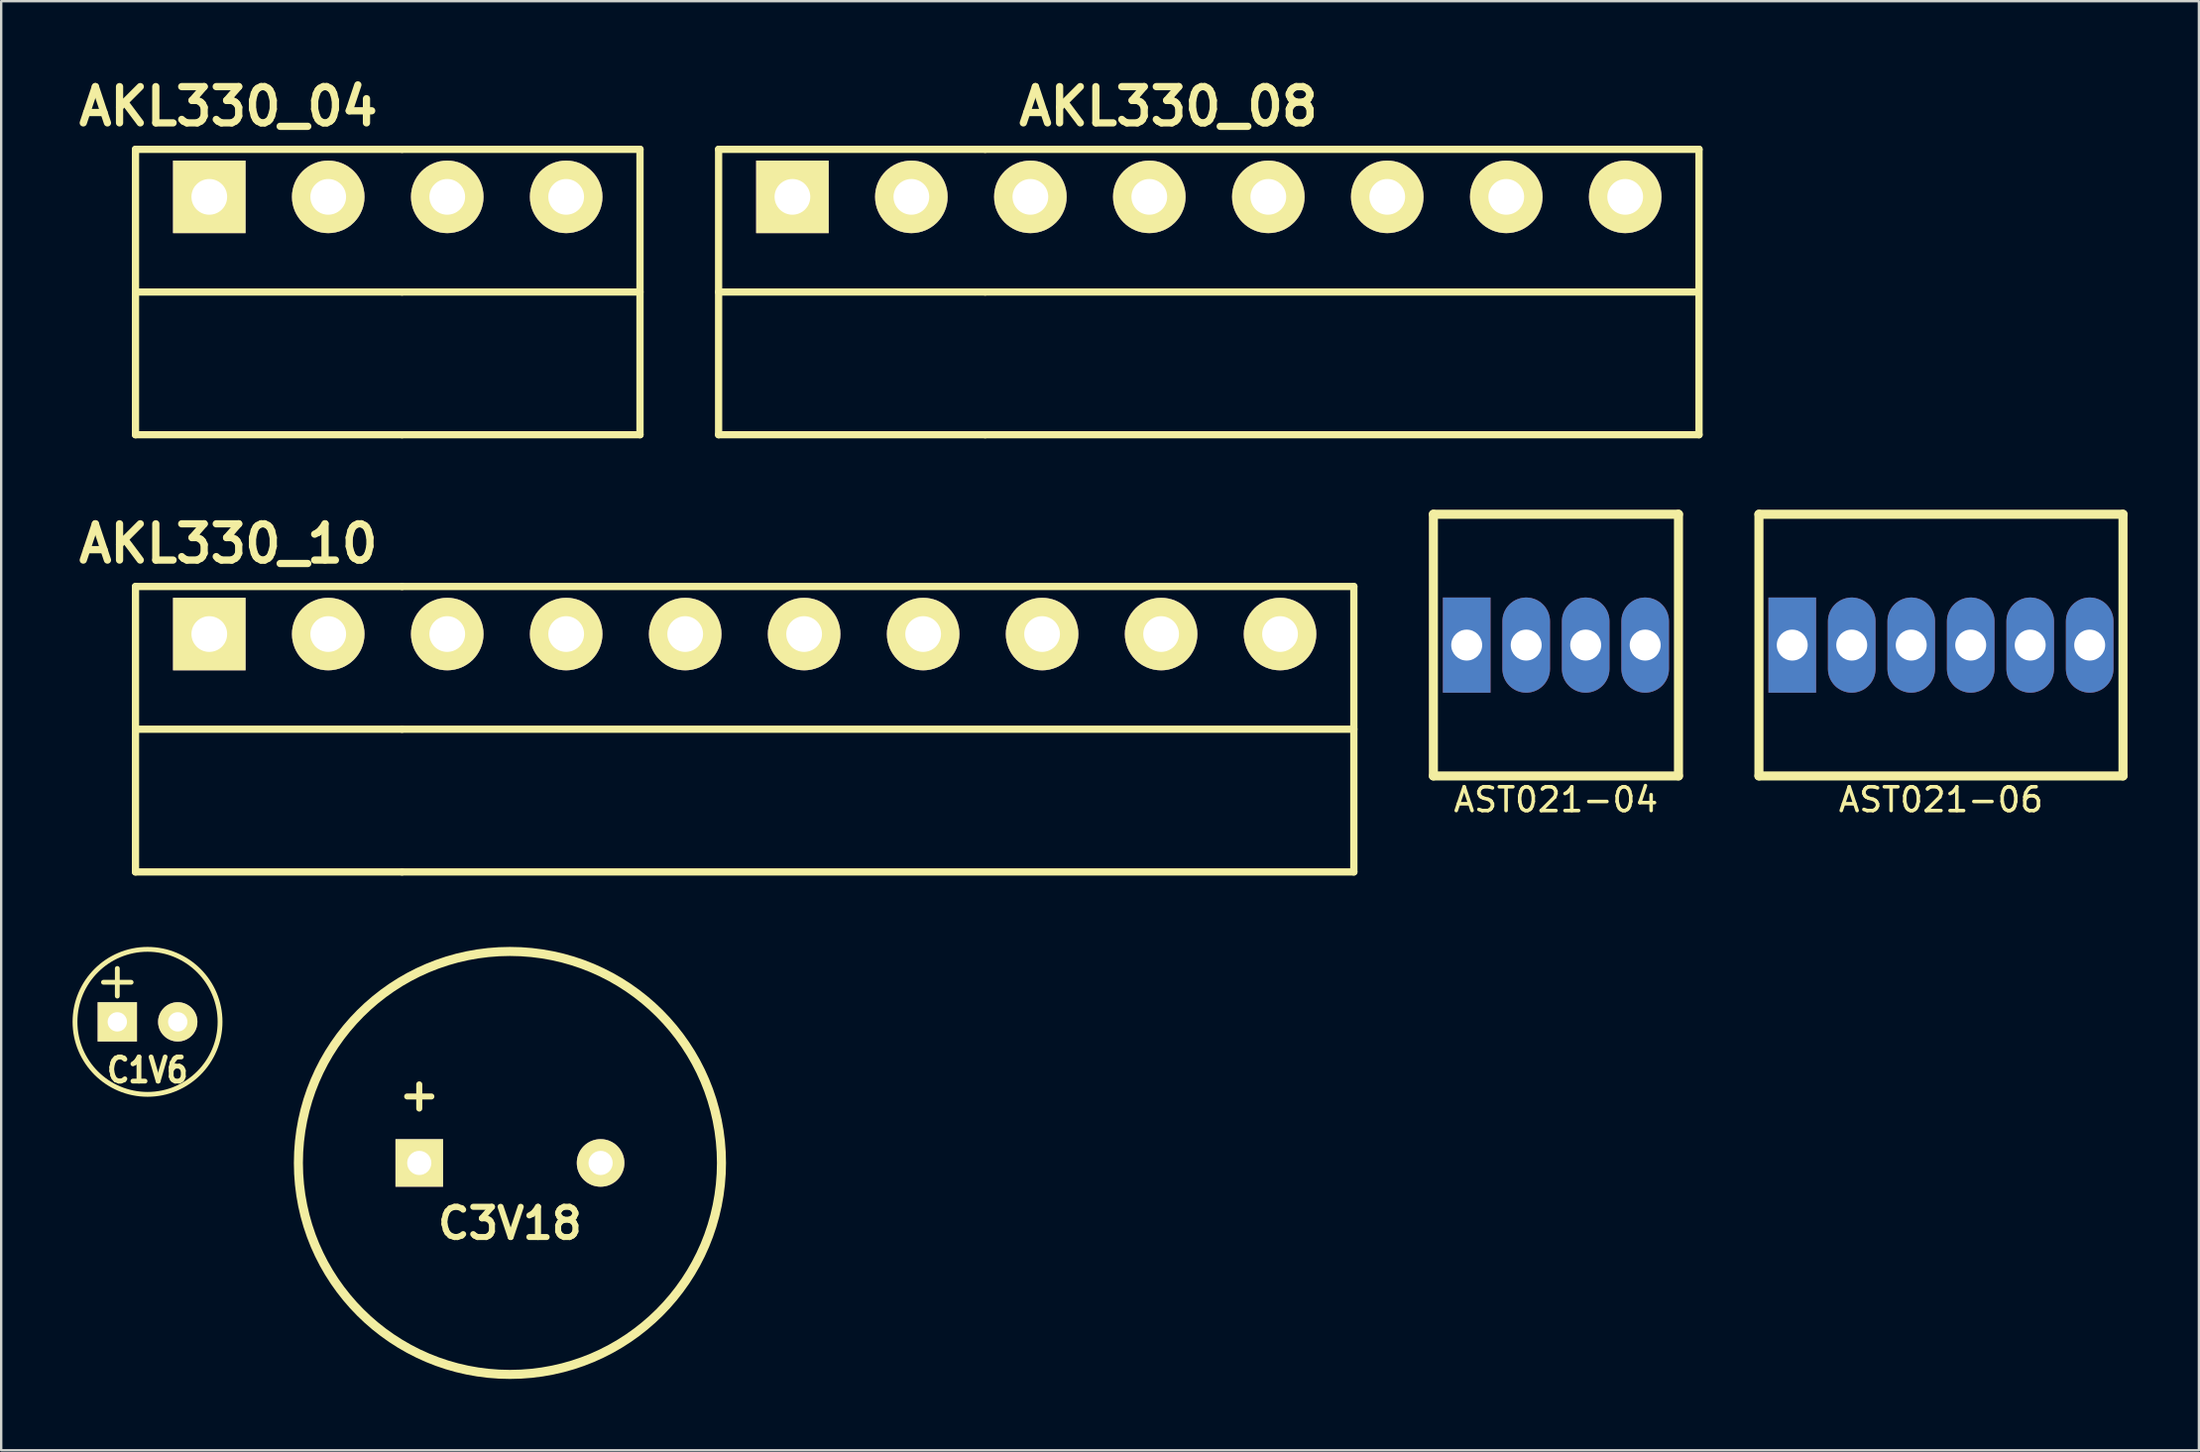
<source format=kicad_pcb>
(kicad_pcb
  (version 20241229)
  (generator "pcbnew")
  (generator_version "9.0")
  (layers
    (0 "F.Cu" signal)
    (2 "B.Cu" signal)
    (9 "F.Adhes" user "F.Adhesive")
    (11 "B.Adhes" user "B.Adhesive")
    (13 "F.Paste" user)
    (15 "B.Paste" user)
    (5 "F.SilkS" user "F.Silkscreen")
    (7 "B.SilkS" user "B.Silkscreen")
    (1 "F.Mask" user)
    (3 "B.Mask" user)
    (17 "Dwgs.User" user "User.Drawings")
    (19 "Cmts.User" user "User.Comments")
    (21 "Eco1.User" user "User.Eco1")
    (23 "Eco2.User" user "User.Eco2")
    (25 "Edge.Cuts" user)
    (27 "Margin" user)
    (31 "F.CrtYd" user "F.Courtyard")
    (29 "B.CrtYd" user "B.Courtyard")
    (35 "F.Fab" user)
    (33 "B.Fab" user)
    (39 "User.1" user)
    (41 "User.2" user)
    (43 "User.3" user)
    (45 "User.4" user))
  (footprint "AKL330_10"
    (layer "F.Cu")
    (at 8.245 23.605)
    (property "Reference" "AKL330_10" (at -1.699 -3.8 0) (layer "F.SilkS") (effects (font (size 1.524 1.524) (thickness 0.305))))
    (attr through_hole)
    (fp_line (start -5.601 -1.999) (end -5.601 10) (stroke (width 0.305) (type solid)) (layer "F.SilkS"))
    (fp_line (start -5.601 -1.999) (end 5.601 -1.999) (stroke (width 0.305) (type solid)) (layer "F.SilkS"))
    (fp_line (start -5.601 4) (end 5.601 4) (stroke (width 0.305) (type solid)) (layer "F.SilkS"))
    (fp_line (start 5.601 -1.999) (end 45.601 -1.999) (stroke (width 0.305) (type solid)) (layer "F.SilkS"))
    (fp_line (start 5.601 4) (end 45.601 4) (stroke (width 0.305) (type solid)) (layer "F.SilkS"))
    (fp_line (start 5.601 10) (end -5.601 10) (stroke (width 0.305) (type solid)) (layer "F.SilkS"))
    (fp_line (start 5.601 10) (end 45.601 10) (stroke (width 0.305) (type solid)) (layer "F.SilkS"))
    (fp_line (start 45.601 -1.999) (end 45.601 10) (stroke (width 0.305) (type solid)) (layer "F.SilkS"))
    (pad "1" thru_hole rect (at -2.499 0) (size 3.048 3.048) (drill 1.501) (layers "*.Cu" "*.Mask" "F.SilkS"))
    (pad "2" thru_hole circle (at 2.499 0) (size 3.048 3.048) (drill 1.501) (layers "*.Cu" "*.Mask" "F.SilkS"))
    (pad "3" thru_hole circle (at 7.501 0) (size 3.048 3.048) (drill 1.501) (layers "*.Cu" "*.Mask" "F.SilkS"))
    (pad "4" thru_hole circle (at 12.499 0) (size 3.048 3.048) (drill 1.501) (layers "*.Cu" "*.Mask" "F.SilkS"))
    (pad "5" thru_hole circle (at 17.501 0) (size 3.048 3.048) (drill 1.501) (layers "*.Cu" "*.Mask" "F.SilkS"))
    (pad "6" thru_hole circle (at 22.499 0) (size 3.048 3.048) (drill 1.501) (layers "*.Cu" "*.Mask" "F.SilkS"))
    (pad "7" thru_hole circle (at 27.501 0) (size 3.048 3.048) (drill 1.501) (layers "*.Cu" "*.Mask" "F.SilkS"))
    (pad "8" thru_hole circle (at 32.499 0) (size 3.048 3.048) (drill 1.501) (layers "*.Cu" "*.Mask" "F.SilkS"))
    (pad "9" thru_hole circle (at 37.501 0) (size 3.048 3.048) (drill 1.501) (layers "*.Cu" "*.Mask" "F.SilkS"))
    (pad "10" thru_hole circle (at 42.499 0) (size 3.048 3.048) (drill 1.501) (layers "*.Cu" "*.Mask" "F.SilkS")))
  (footprint "AKL330_08"
    (layer "F.Cu")
    (at 47.751 5.226)
    (property "Reference" "AKL330_08" (at -1.699 -3.8 0) (layer "F.SilkS") (effects (font (size 1.524 1.524) (thickness 0.305))))
    (attr through_hole)
    (fp_line (start -20.601 -1.999) (end -20.601 10) (stroke (width 0.305) (type solid)) (layer "F.SilkS"))
    (fp_line (start -20.601 -1.999) (end -9.399 -1.999) (stroke (width 0.305) (type solid)) (layer "F.SilkS"))
    (fp_line (start -20.601 4) (end -9.399 4) (stroke (width 0.305) (type solid)) (layer "F.SilkS"))
    (fp_line (start -9.399 -1.999) (end 20.601 -1.999) (stroke (width 0.305) (type solid)) (layer "F.SilkS"))
    (fp_line (start -9.399 4) (end 20.499 4) (stroke (width 0.305) (type solid)) (layer "F.SilkS"))
    (fp_line (start -9.399 10) (end -20.601 10) (stroke (width 0.305) (type solid)) (layer "F.SilkS"))
    (fp_line (start -9.399 10) (end 20.601 10) (stroke (width 0.305) (type solid)) (layer "F.SilkS"))
    (fp_line (start 20.601 -1.999) (end 20.601 10) (stroke (width 0.305) (type solid)) (layer "F.SilkS"))
    (pad "1" thru_hole rect (at -17.499 0) (size 3.048 3.048) (drill 1.501) (layers "*.Cu" "*.Mask" "F.SilkS"))
    (pad "2" thru_hole circle (at -12.501 0) (size 3.048 3.048) (drill 1.501) (layers "*.Cu" "*.Mask" "F.SilkS"))
    (pad "3" thru_hole circle (at -7.499 0) (size 3.048 3.048) (drill 1.501) (layers "*.Cu" "*.Mask" "F.SilkS"))
    (pad "4" thru_hole circle (at -2.501 0) (size 3.048 3.048) (drill 1.501) (layers "*.Cu" "*.Mask" "F.SilkS"))
    (pad "5" thru_hole circle (at 2.501 0) (size 3.048 3.048) (drill 1.501) (layers "*.Cu" "*.Mask" "F.SilkS"))
    (pad "6" thru_hole circle (at 7.499 0) (size 3.048 3.048) (drill 1.501) (layers "*.Cu" "*.Mask" "F.SilkS"))
    (pad "7" thru_hole circle (at 12.501 0) (size 3.048 3.048) (drill 1.501) (layers "*.Cu" "*.Mask" "F.SilkS"))
    (pad "8" thru_hole circle (at 17.499 0) (size 3.048 3.048) (drill 1.501) (layers "*.Cu" "*.Mask" "F.SilkS")))
  (footprint "AST021-04"
    (layer "F.Cu")
    (at 62.339 24.069)
    (property "Reference" "AST021-04" (at 0 6.5 0) (layer "F.SilkS") (effects (font (size 1 1) (thickness 0.15))))
    (attr through_hole)
    (fp_line (start -5.15 -5.5) (end 5.15 -5.5) (stroke (width 0.381) (type solid)) (layer "F.SilkS"))
    (fp_line (start -5.15 5.5) (end -5.15 -5.5) (stroke (width 0.381) (type solid)) (layer "F.SilkS"))
    (fp_line (start 5.15 -5.5) (end 5.15 5.5) (stroke (width 0.381) (type solid)) (layer "F.SilkS"))
    (fp_line (start 5.15 5.5) (end -5.15 5.5) (stroke (width 0.381) (type solid)) (layer "F.SilkS"))
    (pad "1" thru_hole rect (at -3.75 0) (size 2 4) (drill 1.3) (layers "*.Cu" "*.Mask"))
    (pad "2" thru_hole oval (at -1.25 0) (size 2 4) (drill 1.3) (layers "*.Cu" "*.Mask"))
    (pad "3" thru_hole oval (at 1.25 0) (size 2 4) (drill 1.3) (layers "*.Cu" "*.Mask"))
    (pad "4" thru_hole oval (at 3.75 0) (size 2 4) (drill 1.3) (layers "*.Cu" "*.Mask")))
  (footprint "C1V6"
    (layer "F.Cu")
    (at 3.15 39.907)
    (property "Reference" "C1V6" (at 0 2.032 0) (layer "F.SilkS") (effects (font (size 1.016 0.889) (thickness 0.203))))
    (attr through_hole)
    (fp_circle (center 0 0) (end 3.048 0) (stroke (width 0.203) (type solid)) (fill no) (layer "F.SilkS"))
    (fp_text user "+" (at -1.27 -1.778 0) (layer "F.SilkS") (effects (font (size 1.524 1.524) (thickness 0.203))))
    (pad "1" thru_hole rect (at -1.27 0) (size 1.651 1.651) (drill 0.813) (layers "*.Cu" "*.Mask" "F.SilkS"))
    (pad "2" thru_hole circle (at 1.27 0) (size 1.651 1.651) (drill 0.813) (layers "*.Cu" "*.Mask" "F.SilkS")))
  (footprint "C3V18"
    (layer "F.Cu")
    (at 18.38 45.838)
    (property "Reference" "C3V18" (at 0 2.54 0) (layer "F.SilkS") (effects (font (size 1.27 1.27) (thickness 0.254))))
    (attr through_hole)
    (fp_line (start -4.318 -2.794) (end -3.302 -2.794) (stroke (width 0.254) (type solid)) (layer "F.SilkS"))
    (fp_line (start -3.81 -2.286) (end -3.81 -3.302) (stroke (width 0.254) (type solid)) (layer "F.SilkS"))
    (fp_circle (center 0 0) (end 8.89 0) (stroke (width 0.381) (type solid)) (fill no) (layer "F.SilkS"))
    (pad "1" thru_hole rect (at -3.81 0) (size 1.999 1.999) (drill 1.016) (layers "*.Cu" "*.Mask" "F.SilkS"))
    (pad "2" thru_hole circle (at 3.81 0) (size 1.999 1.999) (drill 1.016) (layers "*.Cu" "*.Mask" "F.SilkS")))
  (footprint "AST021-06"
    (layer "F.Cu")
    (at 78.52 24.069)
    (property "Reference" "AST021-06" (at 0 6.5 0) (layer "F.SilkS") (effects (font (size 1 1) (thickness 0.15))))
    (attr through_hole)
    (fp_line (start -7.65 -5.5) (end 7.65 -5.5) (stroke (width 0.381) (type solid)) (layer "F.SilkS"))
    (fp_line (start -7.65 5.5) (end -7.65 -5.5) (stroke (width 0.381) (type solid)) (layer "F.SilkS"))
    (fp_line (start 7.65 -5.5) (end 7.65 5.5) (stroke (width 0.381) (type solid)) (layer "F.SilkS"))
    (fp_line (start 7.65 5.5) (end -7.65 5.5) (stroke (width 0.381) (type solid)) (layer "F.SilkS"))
    (pad "1" thru_hole rect (at -6.25 0) (size 2 4) (drill 1.3) (layers "*.Cu" "*.Mask"))
    (pad "2" thru_hole oval (at -3.75 0) (size 2 4) (drill 1.3) (layers "*.Cu" "*.Mask"))
    (pad "3" thru_hole oval (at -1.25 0) (size 2 4) (drill 1.3) (layers "*.Cu" "*.Mask"))
    (pad "4" thru_hole oval (at 1.25 0) (size 2 4) (drill 1.3) (layers "*.Cu" "*.Mask"))
    (pad "5" thru_hole oval (at 3.75 0) (size 2 4) (drill 1.3) (layers "*.Cu" "*.Mask"))
    (pad "6" thru_hole oval (at 6.25 0) (size 2 4) (drill 1.3) (layers "*.Cu" "*.Mask")))
  (footprint "AKL330_04"
    (layer "F.Cu")
    (at 8.245 5.226)
    (property "Reference" "AKL330_04" (at -1.699 -3.8 0) (layer "F.SilkS") (effects (font (size 1.524 1.524) (thickness 0.305))))
    (attr through_hole)
    (fp_line (start -5.601 -1.999) (end -5.601 10) (stroke (width 0.305) (type solid)) (layer "F.SilkS"))
    (fp_line (start -5.601 -1.999) (end 5.601 -1.999) (stroke (width 0.305) (type solid)) (layer "F.SilkS"))
    (fp_line (start -5.601 4) (end 5.601 4) (stroke (width 0.305) (type solid)) (layer "F.SilkS"))
    (fp_line (start 5.601 -1.999) (end 15.601 -1.999) (stroke (width 0.305) (type solid)) (layer "F.SilkS"))
    (fp_line (start 5.601 4) (end 15.601 4) (stroke (width 0.305) (type solid)) (layer "F.SilkS"))
    (fp_line (start 5.601 10) (end -5.601 10) (stroke (width 0.305) (type solid)) (layer "F.SilkS"))
    (fp_line (start 5.601 10) (end 15.601 10) (stroke (width 0.305) (type solid)) (layer "F.SilkS"))
    (fp_line (start 15.601 -1.999) (end 15.601 10) (stroke (width 0.305) (type solid)) (layer "F.SilkS"))
    (pad "1" thru_hole rect (at -2.499 0) (size 3.048 3.048) (drill 1.501) (layers "*.Cu" "*.Mask" "F.SilkS"))
    (pad "2" thru_hole circle (at 2.499 0) (size 3.048 3.048) (drill 1.501) (layers "*.Cu" "*.Mask" "F.SilkS"))
    (pad "3" thru_hole circle (at 7.501 0) (size 3.048 3.048) (drill 1.501) (layers "*.Cu" "*.Mask" "F.SilkS"))
    (pad "4" thru_hole circle (at 12.499 0) (size 3.048 3.048) (drill 1.501) (layers "*.Cu" "*.Mask" "F.SilkS")))
  (gr_rect
    (start -3 -3)
    (end 89.36 57.918)
    (stroke (width 0.1) (type default))
    (fill no)
    (layer "Edge.Cuts")))
</source>
